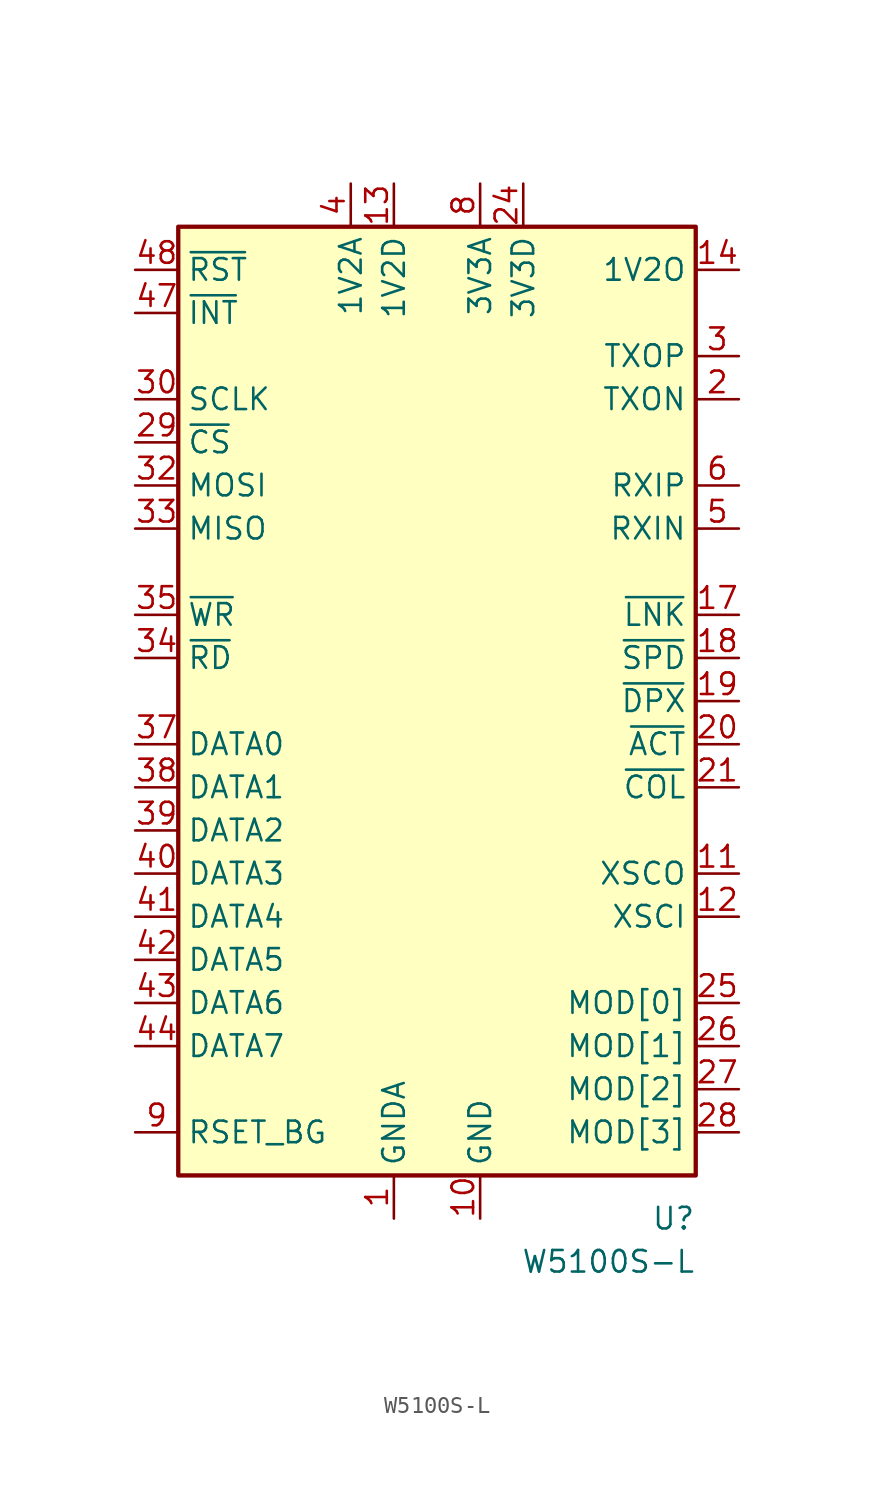
<source format=kicad_sym>
(kicad_symbol_lib
  (version 20241209)
  (generator "kicad_symbol_editor")
  (generator_version "9.0")
  (symbol "W5100S-L"
    (property "Reference" "U"
      (at 15.24 -30.48 0)
      (effects (font (size 1.27 1.27)) (justify right)))
    (property "Value" "W5100S-L"
      (at 15.24 -33.02 0)
      (effects (font (size 1.27 1.27)) (justify right)))
    (symbol "W5100S-L_0_1"
      (rectangle (start -15.24 27.94) (end 15.24 -27.94) (stroke (width 0.254) (type default)) (fill (type background))))
    (symbol "W5100S-L_1_0"
      (pin input line (at -17.78 25.4 0) (length 2.54) (name "~{RST}" (effects (font (size 1.27 1.27)))) (number "48" (effects (font (size 1.27 1.27))))))
    (symbol "W5100S-L_1_1"
      (pin output line (at -17.78 22.86 0) (length 2.54) (name "~{INT}" (effects (font (size 1.27 1.27)))) (number "47" (effects (font (size 1.27 1.27)))))
      (pin input line (at -17.78 17.78 0) (length 2.54) (name "SCLK" (effects (font (size 1.27 1.27)))) (number "30" (effects (font (size 1.27 1.27)))))
      (pin input line (at -17.78 15.24 0) (length 2.54) (name "~{CS}" (effects (font (size 1.27 1.27)))) (number "29" (effects (font (size 1.27 1.27)))))
      (pin input line (at -17.78 12.7 0) (length 2.54) (name "MOSI" (effects (font (size 1.27 1.27)))) (number "32" (effects (font (size 1.27 1.27)))) (alternate "ADDR0" input line))
      (pin output line (at -17.78 10.16 0) (length 2.54) (name "MISO" (effects (font (size 1.27 1.27)))) (number "33" (effects (font (size 1.27 1.27)))) (alternate "ADDR1" input line))
      (pin input line (at -17.78 5.08 0) (length 2.54) (name "~{WR}" (effects (font (size 1.27 1.27)))) (number "35" (effects (font (size 1.27 1.27)))))
      (pin input line (at -17.78 2.54 0) (length 2.54) (name "~{RD}" (effects (font (size 1.27 1.27)))) (number "34" (effects (font (size 1.27 1.27)))))
      (pin bidirectional line (at -17.78 -2.54 0) (length 2.54) (name "DATA0" (effects (font (size 1.27 1.27)))) (number "37" (effects (font (size 1.27 1.27)))))
      (pin bidirectional line (at -17.78 -5.08 0) (length 2.54) (name "DATA1" (effects (font (size 1.27 1.27)))) (number "38" (effects (font (size 1.27 1.27)))))
      (pin bidirectional line (at -17.78 -7.62 0) (length 2.54) (name "DATA2" (effects (font (size 1.27 1.27)))) (number "39" (effects (font (size 1.27 1.27)))))
      (pin bidirectional line (at -17.78 -10.16 0) (length 2.54) (name "DATA3" (effects (font (size 1.27 1.27)))) (number "40" (effects (font (size 1.27 1.27)))))
      (pin bidirectional line (at -17.78 -12.7 0) (length 2.54) (name "DATA4" (effects (font (size 1.27 1.27)))) (number "41" (effects (font (size 1.27 1.27)))))
      (pin bidirectional line (at -17.78 -15.24 0) (length 2.54) (name "DATA5" (effects (font (size 1.27 1.27)))) (number "42" (effects (font (size 1.27 1.27)))))
      (pin bidirectional line (at -17.78 -17.78 0) (length 2.54) (name "DATA6" (effects (font (size 1.27 1.27)))) (number "43" (effects (font (size 1.27 1.27)))))
      (pin bidirectional line (at -17.78 -20.32 0) (length 2.54) (name "DATA7" (effects (font (size 1.27 1.27)))) (number "44" (effects (font (size 1.27 1.27)))))
      (pin output line (at -17.78 -25.4 0) (length 2.54) (name "RSET_BG" (effects (font (size 1.27 1.27)))) (number "9" (effects (font (size 1.27 1.27)))))
      (pin power_in line (at -5.08 30.48 270) (length 2.54) (name "1V2A" (effects (font (size 1.27 1.27)))) (number "4" (effects (font (size 1.27 1.27)))))
      (pin power_in line (at -2.54 30.48 270) (length 2.54) (name "1V2D" (effects (font (size 1.27 1.27)))) (number "13" (effects (font (size 1.27 1.27)))))
      (pin passive line (at -2.54 30.48 270) (length 2.54) (hide yes) (name "1V2D" (effects (font (size 1.27 1.27)))) (number "22" (effects (font (size 1.27 1.27)))))
      (pin passive line (at -2.54 30.48 270) (length 2.54) (hide yes) (name "1V2D" (effects (font (size 1.27 1.27)))) (number "31" (effects (font (size 1.27 1.27)))))
      (pin passive line (at -2.54 30.48 270) (length 2.54) (hide yes) (name "1V2D" (effects (font (size 1.27 1.27)))) (number "45" (effects (font (size 1.27 1.27)))))
      (pin power_in line (at -2.54 -30.48 90) (length 2.54) (name "GNDA" (effects (font (size 1.27 1.27)))) (number "1" (effects (font (size 1.27 1.27)))))
      (pin passive line (at -2.54 -30.48 90) (length 2.54) (hide yes) (name "GNDA" (effects (font (size 1.27 1.27)))) (number "16" (effects (font (size 1.27 1.27)))))
      (pin passive line (at -2.54 -30.48 90) (length 2.54) (hide yes) (name "GNDA" (effects (font (size 1.27 1.27)))) (number "7" (effects (font (size 1.27 1.27)))))
      (pin passive line (at 2.54 30.48 270) (length 2.54) (hide yes) (name "3V3A" (effects (font (size 1.27 1.27)))) (number "15" (effects (font (size 1.27 1.27)))))
      (pin power_in line (at 2.54 30.48 270) (length 2.54) (name "3V3A" (effects (font (size 1.27 1.27)))) (number "8" (effects (font (size 1.27 1.27)))))
      (pin power_in line (at 2.54 -30.48 90) (length 2.54) (name "GND" (effects (font (size 1.27 1.27)))) (number "10" (effects (font (size 1.27 1.27)))))
      (pin passive line (at 2.54 -30.48 90) (length 2.54) (hide yes) (name "GND" (effects (font (size 1.27 1.27)))) (number "23" (effects (font (size 1.27 1.27)))))
      (pin passive line (at 2.54 -30.48 90) (length 2.54) (hide yes) (name "GND" (effects (font (size 1.27 1.27)))) (number "46" (effects (font (size 1.27 1.27)))))
      (pin power_in line (at 5.08 30.48 270) (length 2.54) (name "3V3D" (effects (font (size 1.27 1.27)))) (number "24" (effects (font (size 1.27 1.27)))))
      (pin passive line (at 5.08 30.48 270) (length 2.54) (hide yes) (name "3V3D" (effects (font (size 1.27 1.27)))) (number "36" (effects (font (size 1.27 1.27)))))
      (pin power_out line (at 17.78 25.4 180) (length 2.54) (name "1V2O" (effects (font (size 1.27 1.27)))) (number "14" (effects (font (size 1.27 1.27)))))
      (pin output line (at 17.78 20.32 180) (length 2.54) (name "TXOP" (effects (font (size 1.27 1.27)))) (number "3" (effects (font (size 1.27 1.27)))))
      (pin output line (at 17.78 17.78 180) (length 2.54) (name "TXON" (effects (font (size 1.27 1.27)))) (number "2" (effects (font (size 1.27 1.27)))))
      (pin input line (at 17.78 12.7 180) (length 2.54) (name "RXIP" (effects (font (size 1.27 1.27)))) (number "6" (effects (font (size 1.27 1.27)))))
      (pin input line (at 17.78 10.16 180) (length 2.54) (name "RXIN" (effects (font (size 1.27 1.27)))) (number "5" (effects (font (size 1.27 1.27)))))
      (pin output line (at 17.78 5.08 180) (length 2.54) (name "~{LNK}" (effects (font (size 1.27 1.27)))) (number "17" (effects (font (size 1.27 1.27)))))
      (pin output line (at 17.78 2.54 180) (length 2.54) (name "~{SPD}" (effects (font (size 1.27 1.27)))) (number "18" (effects (font (size 1.27 1.27)))))
      (pin output line (at 17.78 0 180) (length 2.54) (name "~{DPX}" (effects (font (size 1.27 1.27)))) (number "19" (effects (font (size 1.27 1.27)))))
      (pin output line (at 17.78 -2.54 180) (length 2.54) (name "~{ACT}" (effects (font (size 1.27 1.27)))) (number "20" (effects (font (size 1.27 1.27)))))
      (pin output line (at 17.78 -5.08 180) (length 2.54) (name "~{COL}" (effects (font (size 1.27 1.27)))) (number "21" (effects (font (size 1.27 1.27)))))
      (pin output line (at 17.78 -10.16 180) (length 2.54) (name "XSCO" (effects (font (size 1.27 1.27)))) (number "11" (effects (font (size 1.27 1.27)))))
      (pin input line (at 17.78 -12.7 180) (length 2.54) (name "XSCI" (effects (font (size 1.27 1.27)))) (number "12" (effects (font (size 1.27 1.27)))))
      (pin input line (at 17.78 -17.78 180) (length 2.54) (name "MOD[0]" (effects (font (size 1.27 1.27)))) (number "25" (effects (font (size 1.27 1.27)))))
      (pin input line (at 17.78 -20.32 180) (length 2.54) (name "MOD[1]" (effects (font (size 1.27 1.27)))) (number "26" (effects (font (size 1.27 1.27)))))
      (pin input line (at 17.78 -22.86 180) (length 2.54) (name "MOD[2]" (effects (font (size 1.27 1.27)))) (number "27" (effects (font (size 1.27 1.27)))))
      (pin input line (at 17.78 -25.4 180) (length 2.54) (name "MOD[3]" (effects (font (size 1.27 1.27)))) (number "28" (effects (font (size 1.27 1.27))))))))
</source>
